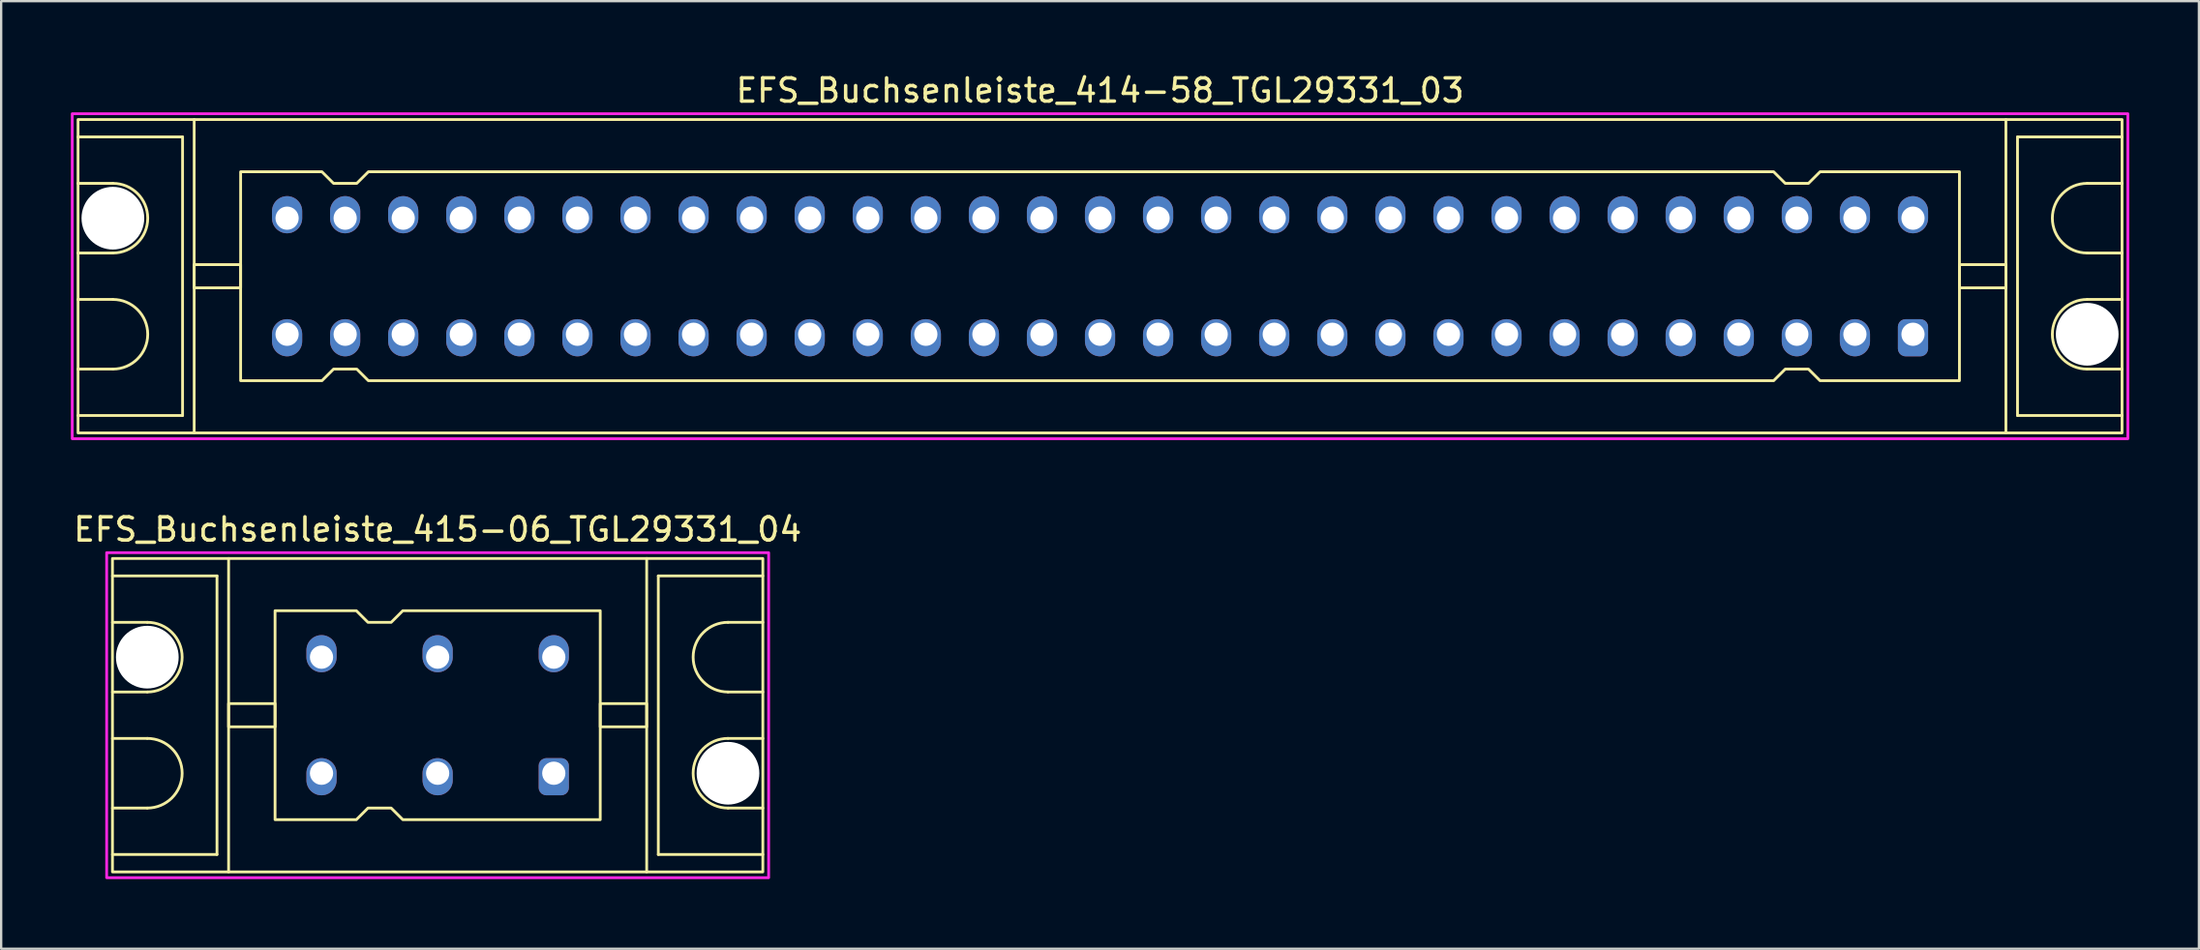
<source format=kicad_pcb>
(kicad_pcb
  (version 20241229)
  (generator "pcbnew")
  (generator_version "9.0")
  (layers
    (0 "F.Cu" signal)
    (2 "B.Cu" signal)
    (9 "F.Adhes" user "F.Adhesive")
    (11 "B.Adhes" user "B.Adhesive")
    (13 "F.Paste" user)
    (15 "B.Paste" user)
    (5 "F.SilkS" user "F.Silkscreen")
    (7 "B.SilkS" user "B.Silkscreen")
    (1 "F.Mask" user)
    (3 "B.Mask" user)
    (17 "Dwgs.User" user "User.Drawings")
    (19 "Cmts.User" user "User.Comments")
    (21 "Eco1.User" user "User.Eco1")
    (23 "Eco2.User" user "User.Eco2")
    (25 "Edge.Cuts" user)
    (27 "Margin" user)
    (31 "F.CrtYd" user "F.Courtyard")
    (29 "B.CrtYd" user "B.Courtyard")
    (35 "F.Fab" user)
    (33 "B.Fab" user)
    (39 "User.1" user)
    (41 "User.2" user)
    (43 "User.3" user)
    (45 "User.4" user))
  (footprint "EFS_Buchsenleiste_415-06_TGL29331_04"
    (layer "F.Cu")
    (at 15.792 27.756)
    (property "Reference" "EFS_Buchsenleiste_415-06_TGL29331_04" (at 0 -8 180) (layer "F.SilkS") (effects (font (size 1 1) (thickness 0.15))))
    (attr through_hole)
    (fp_line (start -14 -6) (end -9.5 -6) (stroke (width 0.12) (type solid)) (layer "F.SilkS"))
    (fp_line (start -12.5 -4) (end -14 -4) (stroke (width 0.12) (type solid)) (layer "F.SilkS"))
    (fp_line (start -12.5 -1) (end -14 -1) (stroke (width 0.12) (type solid)) (layer "F.SilkS"))
    (fp_line (start -12.5 1) (end -14 1) (stroke (width 0.12) (type solid)) (layer "F.SilkS"))
    (fp_line (start -12.5 4) (end -14 4) (stroke (width 0.12) (type solid)) (layer "F.SilkS"))
    (fp_line (start -9.5 -6) (end -9.5 6) (stroke (width 0.12) (type solid)) (layer "F.SilkS"))
    (fp_line (start -9.5 6) (end -14 6) (stroke (width 0.12) (type solid)) (layer "F.SilkS"))
    (fp_line (start -9 6.75) (end -9 -6.75) (stroke (width 0.12) (type solid)) (layer "F.SilkS"))
    (fp_line (start 9 6.75) (end 9 -6.75) (stroke (width 0.12) (type solid)) (layer "F.SilkS"))
    (fp_line (start 9.5 -6) (end 9.5 6) (stroke (width 0.12) (type solid)) (layer "F.SilkS"))
    (fp_line (start 9.5 6) (end 14 6) (stroke (width 0.12) (type solid)) (layer "F.SilkS"))
    (fp_line (start 12.5 -4) (end 14 -4) (stroke (width 0.12) (type solid)) (layer "F.SilkS"))
    (fp_line (start 12.5 -1) (end 14 -1) (stroke (width 0.12) (type solid)) (layer "F.SilkS"))
    (fp_line (start 12.5 1) (end 14 1) (stroke (width 0.12) (type solid)) (layer "F.SilkS"))
    (fp_line (start 12.5 4) (end 14 4) (stroke (width 0.12) (type solid)) (layer "F.SilkS"))
    (fp_line (start 14 -6) (end 9.5 -6) (stroke (width 0.12) (type solid)) (layer "F.SilkS"))
    (fp_rect (start -14 -6.75) (end 14 6.75) (stroke (width 0.12) (type solid)) (fill no) (layer "F.SilkS"))
    (fp_rect (start -9 -0.5) (end -7 0.5) (stroke (width 0.12) (type solid)) (fill no) (layer "F.SilkS"))
    (fp_rect (start 9 -0.5) (end 7 0.5) (stroke (width 0.12) (type solid)) (fill no) (layer "F.SilkS"))
    (fp_arc (start -12.5 -4) (mid -11 -2.5) (end -12.5 -1) (stroke (width 0.12) (type solid)) (layer "F.SilkS"))
    (fp_arc (start -12.5 1) (mid -11 2.5) (end -12.5 4) (stroke (width 0.12) (type solid)) (layer "F.SilkS"))
    (fp_arc (start 12.5 -1) (mid 11 -2.5) (end 12.5 -4) (stroke (width 0.12) (type solid)) (layer "F.SilkS"))
    (fp_arc (start 12.5 4) (mid 11 2.5) (end 12.5 1) (stroke (width 0.12) (type solid)) (layer "F.SilkS"))
    (fp_poly (pts (xy -3 -4) (xy -2 -4) (xy -1.5 -4.5) (xy 7 -4.5) (xy 7 4.5) (xy -1.5 4.5) (xy -2 4) (xy -3 4) (xy -3.5 4.5) (xy -7 4.5) (xy -7 -4.5) (xy -3.5 -4.5)) (stroke (width 0.12) (type solid)) (fill no) (layer "F.SilkS"))
    (fp_rect (start -14.25 -7) (end 14.25 7) (stroke (width 0.12) (type solid)) (fill no) (layer "F.CrtYd"))
    (pad "" np_thru_hole circle (at -12.5 -2.5) (size 2.7 2.7) (drill 2.7) (layers "*.Cu" "*.Mask"))
    (pad "" np_thru_hole circle (at 12.5 2.5) (size 2.7 2.7) (drill 2.7) (layers "*.Cu" "*.Mask"))
    (pad "1a" thru_hole roundrect (at 5 2.5 180) (size 1.3 1.6) (drill 1 (offset 0 -0.15)) (layers "*.Cu" "*.Mask") (roundrect_rratio 0.25))
    (pad "1c" thru_hole oval (at 5 -2.5 180) (size 1.3 1.6) (drill 1 (offset 0 0.15)) (layers "*.Cu" "*.Mask"))
    (pad "2a" thru_hole oval (at 0 2.5 180) (size 1.3 1.6) (drill 1 (offset 0 -0.15)) (layers "*.Cu" "*.Mask"))
    (pad "2c" thru_hole oval (at 0 -2.5 180) (size 1.3 1.6) (drill 1 (offset 0 0.15)) (layers "*.Cu" "*.Mask"))
    (pad "3a" thru_hole oval (at -5 2.5 180) (size 1.3 1.6) (drill 1 (offset 0 -0.15)) (layers "*.Cu" "*.Mask"))
    (pad "3c" thru_hole oval (at -5 -2.5 180) (size 1.3 1.6) (drill 1 (offset 0 0.15)) (layers "*.Cu" "*.Mask")))
  (footprint "EFS_Buchsenleiste_414-58_TGL29331_03"
    (layer "F.Cu")
    (at 44.31 8.848)
    (property "Reference" "EFS_Buchsenleiste_414-58_TGL29331_03" (at 0 -8 180) (layer "F.SilkS") (effects (font (size 1 1) (thickness 0.15))))
    (attr through_hole)
    (fp_line (start -44 -6) (end -39.5 -6) (stroke (width 0.12) (type solid)) (layer "F.SilkS"))
    (fp_line (start -42.5 -4) (end -44 -4) (stroke (width 0.12) (type solid)) (layer "F.SilkS"))
    (fp_line (start -42.5 -1) (end -44 -1) (stroke (width 0.12) (type solid)) (layer "F.SilkS"))
    (fp_line (start -42.5 1) (end -44 1) (stroke (width 0.12) (type solid)) (layer "F.SilkS"))
    (fp_line (start -42.5 4) (end -44 4) (stroke (width 0.12) (type solid)) (layer "F.SilkS"))
    (fp_line (start -39.5 -6) (end -39.5 6) (stroke (width 0.12) (type solid)) (layer "F.SilkS"))
    (fp_line (start -39.5 6) (end -44 6) (stroke (width 0.12) (type solid)) (layer "F.SilkS"))
    (fp_line (start -39 6.75) (end -39 -6.75) (stroke (width 0.12) (type solid)) (layer "F.SilkS"))
    (fp_line (start 39 6.75) (end 39 -6.75) (stroke (width 0.12) (type solid)) (layer "F.SilkS"))
    (fp_line (start 39.5 -6) (end 39.5 6) (stroke (width 0.12) (type solid)) (layer "F.SilkS"))
    (fp_line (start 39.5 6) (end 44 6) (stroke (width 0.12) (type solid)) (layer "F.SilkS"))
    (fp_line (start 42.5 -4) (end 44 -4) (stroke (width 0.12) (type solid)) (layer "F.SilkS"))
    (fp_line (start 42.5 -1) (end 44 -1) (stroke (width 0.12) (type solid)) (layer "F.SilkS"))
    (fp_line (start 42.5 1) (end 44 1) (stroke (width 0.12) (type solid)) (layer "F.SilkS"))
    (fp_line (start 42.5 4) (end 44 4) (stroke (width 0.12) (type solid)) (layer "F.SilkS"))
    (fp_line (start 44 -6) (end 39.5 -6) (stroke (width 0.12) (type solid)) (layer "F.SilkS"))
    (fp_rect (start -44 -6.75) (end 44 6.75) (stroke (width 0.12) (type solid)) (fill no) (layer "F.SilkS"))
    (fp_rect (start -39 -0.5) (end -37 0.5) (stroke (width 0.12) (type solid)) (fill no) (layer "F.SilkS"))
    (fp_rect (start 39 -0.5) (end 37 0.5) (stroke (width 0.12) (type solid)) (fill no) (layer "F.SilkS"))
    (fp_arc (start -42.5 -4) (mid -41 -2.5) (end -42.5 -1) (stroke (width 0.12) (type solid)) (layer "F.SilkS"))
    (fp_arc (start -42.5 1) (mid -41 2.5) (end -42.5 4) (stroke (width 0.12) (type solid)) (layer "F.SilkS"))
    (fp_arc (start 42.5 -1) (mid 41 -2.5) (end 42.5 -4) (stroke (width 0.12) (type solid)) (layer "F.SilkS"))
    (fp_arc (start 42.5 4) (mid 41 2.5) (end 42.5 1) (stroke (width 0.12) (type solid)) (layer "F.SilkS"))
    (fp_poly (pts (xy -33 -4) (xy -32 -4) (xy -31.5 -4.5) (xy 29 -4.5) (xy 29.5 -4) (xy 30.5 -4) (xy 31 -4.5) (xy 37 -4.5) (xy 37 4.5) (xy 31 4.5) (xy 30.5 4) (xy 29.5 4) (xy 29 4.5) (xy -31.5 4.5) (xy -32 4) (xy -33 4) (xy -33.5 4.5) (xy -37 4.5) (xy -37 -4.5) (xy -33.5 -4.5)) (stroke (width 0.12) (type solid)) (fill no) (layer "F.SilkS"))
    (fp_rect (start -44.25 -7) (end 44.25 7) (stroke (width 0.12) (type solid)) (fill no) (layer "F.CrtYd"))
    (pad "" np_thru_hole circle (at -42.5 -2.5) (size 2.7 2.7) (drill 2.7) (layers "*.Cu" "*.Mask"))
    (pad "" np_thru_hole circle (at 42.5 2.5) (size 2.7 2.7) (drill 2.7) (layers "*.Cu" "*.Mask"))
    (pad "1a" thru_hole roundrect (at 35 2.5 180) (size 1.3 1.6) (drill 1 (offset 0 -0.15)) (layers "*.Cu" "*.Mask") (roundrect_rratio 0.25))
    (pad "1c" thru_hole oval (at 35 -2.5 180) (size 1.3 1.6) (drill 1 (offset 0 0.15)) (layers "*.Cu" "*.Mask"))
    (pad "2a" thru_hole oval (at 32.5 2.5 180) (size 1.3 1.6) (drill 1 (offset 0 -0.15)) (layers "*.Cu" "*.Mask"))
    (pad "2c" thru_hole oval (at 32.5 -2.5 180) (size 1.3 1.6) (drill 1 (offset 0 0.15)) (layers "*.Cu" "*.Mask"))
    (pad "3a" thru_hole oval (at 30 2.5 180) (size 1.3 1.6) (drill 1 (offset 0 -0.15)) (layers "*.Cu" "*.Mask"))
    (pad "3c" thru_hole oval (at 30 -2.5 180) (size 1.3 1.6) (drill 1 (offset 0 0.15)) (layers "*.Cu" "*.Mask"))
    (pad "4a" thru_hole oval (at 27.5 2.5 180) (size 1.3 1.6) (drill 1 (offset 0 -0.15)) (layers "*.Cu" "*.Mask"))
    (pad "4c" thru_hole oval (at 27.5 -2.5 180) (size 1.3 1.6) (drill 1 (offset 0 0.15)) (layers "*.Cu" "*.Mask"))
    (pad "5a" thru_hole oval (at 25 2.5 180) (size 1.3 1.6) (drill 1 (offset 0 -0.15)) (layers "*.Cu" "*.Mask"))
    (pad "5c" thru_hole oval (at 25 -2.5 180) (size 1.3 1.6) (drill 1 (offset 0 0.15)) (layers "*.Cu" "*.Mask"))
    (pad "6a" thru_hole oval (at 22.5 2.5 180) (size 1.3 1.6) (drill 1 (offset 0 -0.15)) (layers "*.Cu" "*.Mask"))
    (pad "6c" thru_hole oval (at 22.5 -2.5 180) (size 1.3 1.6) (drill 1 (offset 0 0.15)) (layers "*.Cu" "*.Mask"))
    (pad "7a" thru_hole oval (at 20 2.5 180) (size 1.3 1.6) (drill 1 (offset 0 -0.15)) (layers "*.Cu" "*.Mask"))
    (pad "7c" thru_hole oval (at 20 -2.5 180) (size 1.3 1.6) (drill 1 (offset 0 0.15)) (layers "*.Cu" "*.Mask"))
    (pad "8a" thru_hole oval (at 17.5 2.5 180) (size 1.3 1.6) (drill 1 (offset 0 -0.15)) (layers "*.Cu" "*.Mask"))
    (pad "8c" thru_hole oval (at 17.5 -2.5 180) (size 1.3 1.6) (drill 1 (offset 0 0.15)) (layers "*.Cu" "*.Mask"))
    (pad "9a" thru_hole oval (at 15 2.5 180) (size 1.3 1.6) (drill 1 (offset 0 -0.15)) (layers "*.Cu" "*.Mask"))
    (pad "9c" thru_hole oval (at 15 -2.5 180) (size 1.3 1.6) (drill 1 (offset 0 0.15)) (layers "*.Cu" "*.Mask"))
    (pad "10a" thru_hole oval (at 12.5 2.5 180) (size 1.3 1.6) (drill 1 (offset 0 -0.15)) (layers "*.Cu" "*.Mask"))
    (pad "10c" thru_hole oval (at 12.5 -2.5 180) (size 1.3 1.6) (drill 1 (offset 0 0.15)) (layers "*.Cu" "*.Mask"))
    (pad "11a" thru_hole oval (at 10 2.5 180) (size 1.3 1.6) (drill 1 (offset 0 -0.15)) (layers "*.Cu" "*.Mask"))
    (pad "11c" thru_hole oval (at 10 -2.5 180) (size 1.3 1.6) (drill 1 (offset 0 0.15)) (layers "*.Cu" "*.Mask"))
    (pad "12a" thru_hole oval (at 7.5 2.5 180) (size 1.3 1.6) (drill 1 (offset 0 -0.15)) (layers "*.Cu" "*.Mask"))
    (pad "12c" thru_hole oval (at 7.5 -2.5 180) (size 1.3 1.6) (drill 1 (offset 0 0.15)) (layers "*.Cu" "*.Mask"))
    (pad "13a" thru_hole oval (at 5 2.5 180) (size 1.3 1.6) (drill 1 (offset 0 -0.15)) (layers "*.Cu" "*.Mask"))
    (pad "13c" thru_hole oval (at 5 -2.5 180) (size 1.3 1.6) (drill 1 (offset 0 0.15)) (layers "*.Cu" "*.Mask"))
    (pad "14a" thru_hole oval (at 2.5 2.5 180) (size 1.3 1.6) (drill 1 (offset 0 -0.15)) (layers "*.Cu" "*.Mask"))
    (pad "14c" thru_hole oval (at 2.5 -2.5 180) (size 1.3 1.6) (drill 1 (offset 0 0.15)) (layers "*.Cu" "*.Mask"))
    (pad "15a" thru_hole oval (at 0 2.5 180) (size 1.3 1.6) (drill 1 (offset 0 -0.15)) (layers "*.Cu" "*.Mask"))
    (pad "15c" thru_hole oval (at 0 -2.5 180) (size 1.3 1.6) (drill 1 (offset 0 0.15)) (layers "*.Cu" "*.Mask"))
    (pad "16a" thru_hole oval (at -2.5 2.5 180) (size 1.3 1.6) (drill 1 (offset 0 -0.15)) (layers "*.Cu" "*.Mask"))
    (pad "16c" thru_hole oval (at -2.5 -2.5 180) (size 1.3 1.6) (drill 1 (offset 0 0.15)) (layers "*.Cu" "*.Mask"))
    (pad "17a" thru_hole oval (at -5 2.5 180) (size 1.3 1.6) (drill 1 (offset 0 -0.15)) (layers "*.Cu" "*.Mask"))
    (pad "17c" thru_hole oval (at -5 -2.5 180) (size 1.3 1.6) (drill 1 (offset 0 0.15)) (layers "*.Cu" "*.Mask"))
    (pad "18a" thru_hole oval (at -7.5 2.5 180) (size 1.3 1.6) (drill 1 (offset 0 -0.15)) (layers "*.Cu" "*.Mask"))
    (pad "18c" thru_hole oval (at -7.5 -2.5 180) (size 1.3 1.6) (drill 1 (offset 0 0.15)) (layers "*.Cu" "*.Mask"))
    (pad "19a" thru_hole oval (at -10 2.5 180) (size 1.3 1.6) (drill 1 (offset 0 -0.15)) (layers "*.Cu" "*.Mask"))
    (pad "19c" thru_hole oval (at -10 -2.5 180) (size 1.3 1.6) (drill 1 (offset 0 0.15)) (layers "*.Cu" "*.Mask"))
    (pad "20a" thru_hole oval (at -12.5 2.5 180) (size 1.3 1.6) (drill 1 (offset 0 -0.15)) (layers "*.Cu" "*.Mask"))
    (pad "20c" thru_hole oval (at -12.5 -2.5 180) (size 1.3 1.6) (drill 1 (offset 0 0.15)) (layers "*.Cu" "*.Mask"))
    (pad "21a" thru_hole oval (at -15 2.5 180) (size 1.3 1.6) (drill 1 (offset 0 -0.15)) (layers "*.Cu" "*.Mask"))
    (pad "21c" thru_hole oval (at -15 -2.5 180) (size 1.3 1.6) (drill 1 (offset 0 0.15)) (layers "*.Cu" "*.Mask"))
    (pad "22a" thru_hole oval (at -17.5 2.5 180) (size 1.3 1.6) (drill 1 (offset 0 -0.15)) (layers "*.Cu" "*.Mask"))
    (pad "22c" thru_hole oval (at -17.5 -2.5 180) (size 1.3 1.6) (drill 1 (offset 0 0.15)) (layers "*.Cu" "*.Mask"))
    (pad "23a" thru_hole oval (at -20 2.5 180) (size 1.3 1.6) (drill 1 (offset 0 -0.15)) (layers "*.Cu" "*.Mask"))
    (pad "23c" thru_hole oval (at -20 -2.5 180) (size 1.3 1.6) (drill 1 (offset 0 0.15)) (layers "*.Cu" "*.Mask"))
    (pad "24a" thru_hole oval (at -22.5 2.5 180) (size 1.3 1.6) (drill 1 (offset 0 -0.15)) (layers "*.Cu" "*.Mask"))
    (pad "24c" thru_hole oval (at -22.5 -2.5 180) (size 1.3 1.6) (drill 1 (offset 0 0.15)) (layers "*.Cu" "*.Mask"))
    (pad "25a" thru_hole oval (at -25 2.5 180) (size 1.3 1.6) (drill 1 (offset 0 -0.15)) (layers "*.Cu" "*.Mask"))
    (pad "25c" thru_hole oval (at -25 -2.5 180) (size 1.3 1.6) (drill 1 (offset 0 0.15)) (layers "*.Cu" "*.Mask"))
    (pad "26a" thru_hole oval (at -27.5 2.5 180) (size 1.3 1.6) (drill 1 (offset 0 -0.15)) (layers "*.Cu" "*.Mask"))
    (pad "26c" thru_hole oval (at -27.5 -2.5 180) (size 1.3 1.6) (drill 1 (offset 0 0.15)) (layers "*.Cu" "*.Mask"))
    (pad "27a" thru_hole oval (at -30 2.5 180) (size 1.3 1.6) (drill 1 (offset 0 -0.15)) (layers "*.Cu" "*.Mask"))
    (pad "27c" thru_hole oval (at -30 -2.5 180) (size 1.3 1.6) (drill 1 (offset 0 0.15)) (layers "*.Cu" "*.Mask"))
    (pad "28a" thru_hole oval (at -32.5 2.5 180) (size 1.3 1.6) (drill 1 (offset 0 -0.15)) (layers "*.Cu" "*.Mask"))
    (pad "28c" thru_hole oval (at -32.5 -2.5 180) (size 1.3 1.6) (drill 1 (offset 0 0.15)) (layers "*.Cu" "*.Mask"))
    (pad "29a" thru_hole oval (at -35 2.5 180) (size 1.3 1.6) (drill 1 (offset 0 -0.15)) (layers "*.Cu" "*.Mask"))
    (pad "29c" thru_hole oval (at -35 -2.5 180) (size 1.3 1.6) (drill 1 (offset 0 0.15)) (layers "*.Cu" "*.Mask")))
  (gr_rect
    (start -3 -3)
    (end 91.62 37.816)
    (stroke (width 0.1) (type default))
    (fill no)
    (layer "Edge.Cuts")))
</source>
